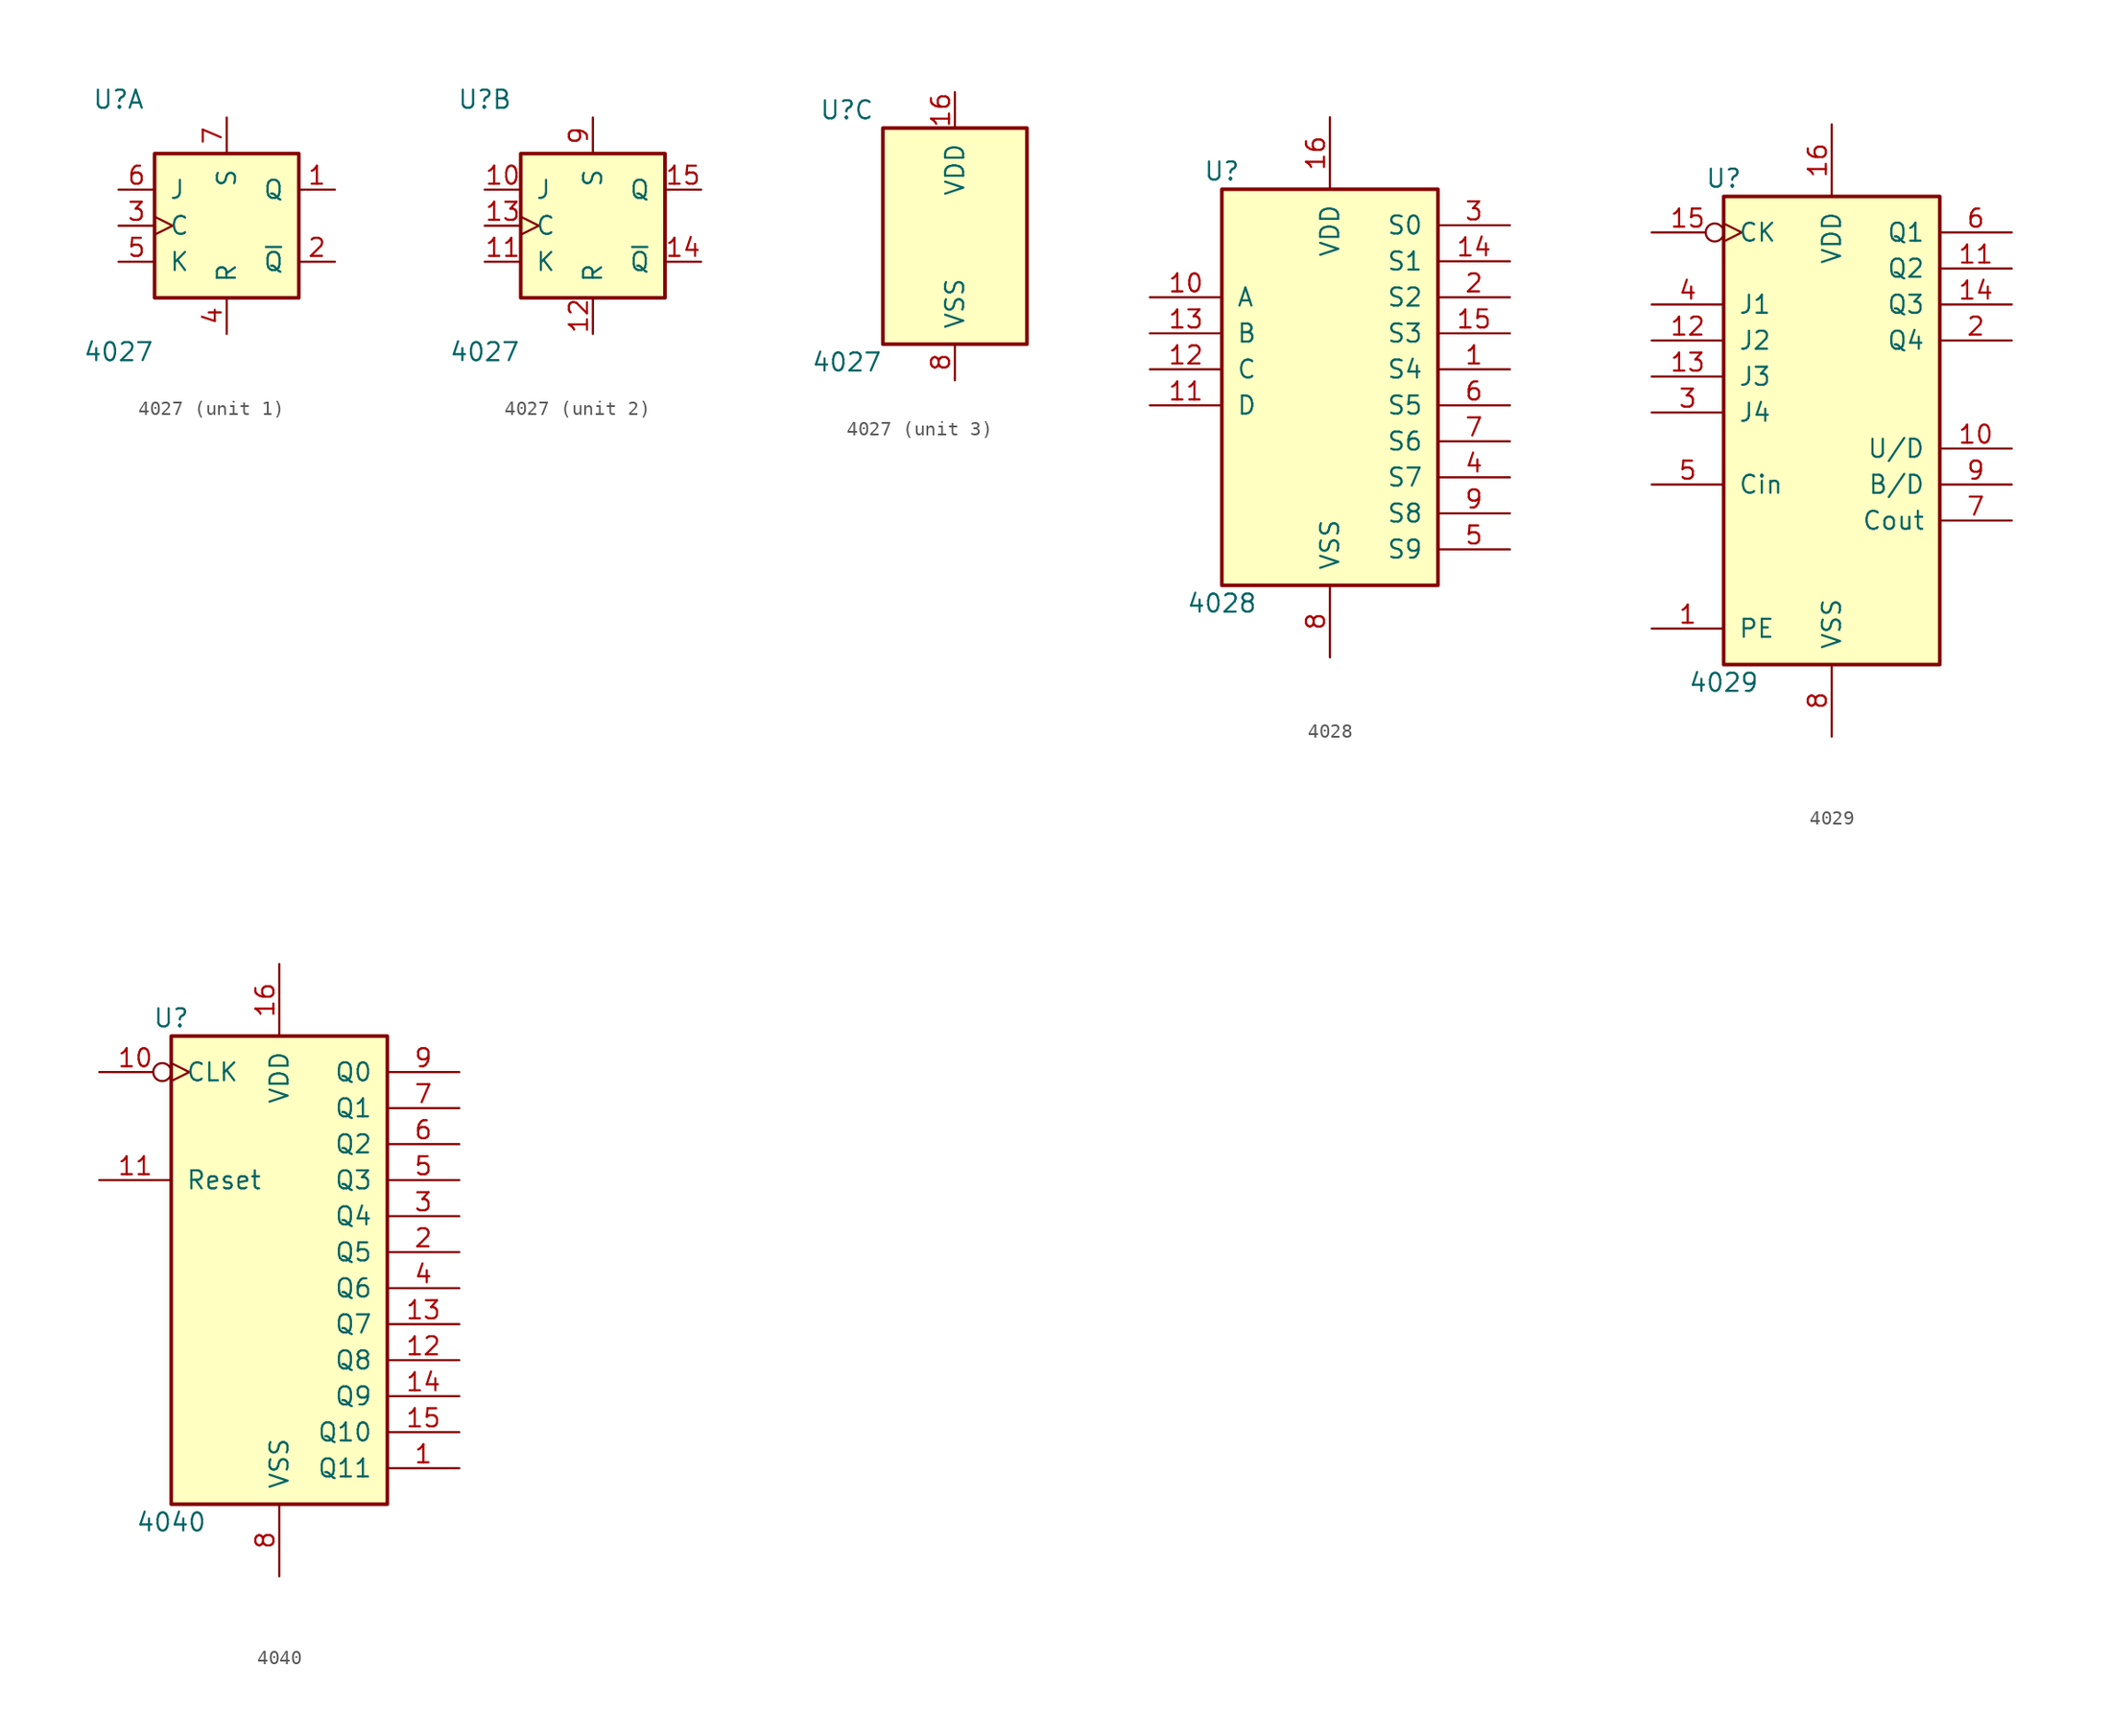
<source format=kicad_sym>
(kicad_symbol_lib
  (version 20200908)
  (generator kicad_symbol_editor)
  (symbol "4xxx:4027"
    (pin_names
      (offset 1.016))
    (property "Reference" "U"
      (at -7.62 8.89 0)
      (effects (font (size 1.27 1.27))))
    (property "Value" "4027"
      (at -7.62 -8.89 0)
      (effects (font (size 1.27 1.27))))
    (property "ki_locked" ""
      (at 0 0 0)
      (effects (font (size 1.27 1.27))))
    (symbol "4027_1_1"
      (rectangle (start -5.08 5.08) (end 5.08 -5.08) (stroke (width 0.254)) (fill (type background)))
      (pin output line (at 7.62 2.54 180) (length 2.54) (name "Q" (effects (font (size 1.27 1.27)))) (number "1" (effects (font (size 1.27 1.27)))))
      (pin output line (at 7.62 -2.54 180) (length 2.54) (name "~Q" (effects (font (size 1.27 1.27)))) (number "2" (effects (font (size 1.27 1.27)))))
      (pin input clock (at -7.62 0 0) (length 2.54) (name "C" (effects (font (size 1.27 1.27)))) (number "3" (effects (font (size 1.27 1.27)))))
      (pin input line (at 0 -7.62 90) (length 2.54) (name "R" (effects (font (size 1.27 1.27)))) (number "4" (effects (font (size 1.27 1.27)))))
      (pin input line (at -7.62 -2.54 0) (length 2.54) (name "K" (effects (font (size 1.27 1.27)))) (number "5" (effects (font (size 1.27 1.27)))))
      (pin input line (at -7.62 2.54 0) (length 2.54) (name "J" (effects (font (size 1.27 1.27)))) (number "6" (effects (font (size 1.27 1.27)))))
      (pin input line (at 0 7.62 270) (length 2.54) (name "S" (effects (font (size 1.27 1.27)))) (number "7" (effects (font (size 1.27 1.27))))))
    (symbol "4027_2_1"
      (rectangle (start -5.08 5.08) (end 5.08 -5.08) (stroke (width 0.254)) (fill (type background)))
      (pin input line (at -7.62 2.54 0) (length 2.54) (name "J" (effects (font (size 1.27 1.27)))) (number "10" (effects (font (size 1.27 1.27)))))
      (pin input line (at -7.62 -2.54 0) (length 2.54) (name "K" (effects (font (size 1.27 1.27)))) (number "11" (effects (font (size 1.27 1.27)))))
      (pin input line (at 0 -7.62 90) (length 2.54) (name "R" (effects (font (size 1.27 1.27)))) (number "12" (effects (font (size 1.27 1.27)))))
      (pin input clock (at -7.62 0 0) (length 2.54) (name "C" (effects (font (size 1.27 1.27)))) (number "13" (effects (font (size 1.27 1.27)))))
      (pin output line (at 7.62 -2.54 180) (length 2.54) (name "~Q" (effects (font (size 1.27 1.27)))) (number "14" (effects (font (size 1.27 1.27)))))
      (pin output line (at 7.62 2.54 180) (length 2.54) (name "Q" (effects (font (size 1.27 1.27)))) (number "15" (effects (font (size 1.27 1.27)))))
      (pin input line (at 0 7.62 270) (length 2.54) (name "S" (effects (font (size 1.27 1.27)))) (number "9" (effects (font (size 1.27 1.27))))))
    (symbol "4027_3_1"
      (rectangle (start -5.08 7.62) (end 5.08 -7.62) (stroke (width 0.254)) (fill (type background))))
    (symbol "4027_3_0"
      (pin power_in line (at 0 10.16 270) (length 2.54) (name "VDD" (effects (font (size 1.27 1.27)))) (number "16" (effects (font (size 1.27 1.27)))))
      (pin power_in line (at 0 -10.16 90) (length 2.54) (name "VSS" (effects (font (size 1.27 1.27)))) (number "8" (effects (font (size 1.27 1.27)))))))
  (symbol "4xxx:4028"
    (pin_names
      (offset 1.016))
    (property "Reference" "U"
      (at -7.62 13.97 0)
      (effects (font (size 1.27 1.27))))
    (property "Value" "4028"
      (at -7.62 -16.51 0)
      (effects (font (size 1.27 1.27))))
    (property "ki_locked" ""
      (at 0 0 0)
      (effects (font (size 1.27 1.27))))
    (symbol "4028_1_1"
      (rectangle (start -7.62 12.7) (end 7.62 -15.24) (stroke (width 0.254)) (fill (type background))))
    (symbol "4028_1_0"
      (pin output line (at 12.7 0 180) (length 5.08) (name "S4" (effects (font (size 1.27 1.27)))) (number "1" (effects (font (size 1.27 1.27)))))
      (pin input line (at -12.7 5.08 0) (length 5.08) (name "A" (effects (font (size 1.27 1.27)))) (number "10" (effects (font (size 1.27 1.27)))))
      (pin input line (at -12.7 -2.54 0) (length 5.08) (name "D" (effects (font (size 1.27 1.27)))) (number "11" (effects (font (size 1.27 1.27)))))
      (pin input line (at -12.7 0 0) (length 5.08) (name "C" (effects (font (size 1.27 1.27)))) (number "12" (effects (font (size 1.27 1.27)))))
      (pin input line (at -12.7 2.54 0) (length 5.08) (name "B" (effects (font (size 1.27 1.27)))) (number "13" (effects (font (size 1.27 1.27)))))
      (pin output line (at 12.7 7.62 180) (length 5.08) (name "S1" (effects (font (size 1.27 1.27)))) (number "14" (effects (font (size 1.27 1.27)))))
      (pin output line (at 12.7 2.54 180) (length 5.08) (name "S3" (effects (font (size 1.27 1.27)))) (number "15" (effects (font (size 1.27 1.27)))))
      (pin power_in line (at 0 17.78 270) (length 5.08) (name "VDD" (effects (font (size 1.27 1.27)))) (number "16" (effects (font (size 1.27 1.27)))))
      (pin output line (at 12.7 5.08 180) (length 5.08) (name "S2" (effects (font (size 1.27 1.27)))) (number "2" (effects (font (size 1.27 1.27)))))
      (pin output line (at 12.7 10.16 180) (length 5.08) (name "S0" (effects (font (size 1.27 1.27)))) (number "3" (effects (font (size 1.27 1.27)))))
      (pin output line (at 12.7 -7.62 180) (length 5.08) (name "S7" (effects (font (size 1.27 1.27)))) (number "4" (effects (font (size 1.27 1.27)))))
      (pin output line (at 12.7 -12.7 180) (length 5.08) (name "S9" (effects (font (size 1.27 1.27)))) (number "5" (effects (font (size 1.27 1.27)))))
      (pin output line (at 12.7 -2.54 180) (length 5.08) (name "S5" (effects (font (size 1.27 1.27)))) (number "6" (effects (font (size 1.27 1.27)))))
      (pin output line (at 12.7 -5.08 180) (length 5.08) (name "S6" (effects (font (size 1.27 1.27)))) (number "7" (effects (font (size 1.27 1.27)))))
      (pin power_in line (at 0 -20.32 90) (length 5.08) (name "VSS" (effects (font (size 1.27 1.27)))) (number "8" (effects (font (size 1.27 1.27)))))
      (pin output line (at 12.7 -10.16 180) (length 5.08) (name "S8" (effects (font (size 1.27 1.27)))) (number "9" (effects (font (size 1.27 1.27)))))))
  (symbol "4xxx:4029"
    (pin_names
      (offset 1.016))
    (property "Reference" "U"
      (at -7.62 16.51 0)
      (effects (font (size 1.27 1.27))))
    (property "Value" "4029"
      (at -7.62 -19.05 0)
      (effects (font (size 1.27 1.27))))
    (property "ki_locked" ""
      (at 0 0 0)
      (effects (font (size 1.27 1.27))))
    (symbol "4029_1_1"
      (rectangle (start -7.62 15.24) (end 7.62 -17.78) (stroke (width 0.254)) (fill (type background))))
    (symbol "4029_1_0"
      (pin input line (at -12.7 -15.24 0) (length 5.08) (name "PE" (effects (font (size 1.27 1.27)))) (number "1" (effects (font (size 1.27 1.27)))))
      (pin input line (at 12.7 -2.54 180) (length 5.08) (name "U/D" (effects (font (size 1.27 1.27)))) (number "10" (effects (font (size 1.27 1.27)))))
      (pin output line (at 12.7 10.16 180) (length 5.08) (name "Q2" (effects (font (size 1.27 1.27)))) (number "11" (effects (font (size 1.27 1.27)))))
      (pin input line (at -12.7 5.08 0) (length 5.08) (name "J2" (effects (font (size 1.27 1.27)))) (number "12" (effects (font (size 1.27 1.27)))))
      (pin input line (at -12.7 2.54 0) (length 5.08) (name "J3" (effects (font (size 1.27 1.27)))) (number "13" (effects (font (size 1.27 1.27)))))
      (pin output line (at 12.7 7.62 180) (length 5.08) (name "Q3" (effects (font (size 1.27 1.27)))) (number "14" (effects (font (size 1.27 1.27)))))
      (pin input inverted_clock (at -12.7 12.7 0) (length 5.08) (name "CK" (effects (font (size 1.27 1.27)))) (number "15" (effects (font (size 1.27 1.27)))))
      (pin power_in line (at 0 20.32 270) (length 5.08) (name "VDD" (effects (font (size 1.27 1.27)))) (number "16" (effects (font (size 1.27 1.27)))))
      (pin output line (at 12.7 5.08 180) (length 5.08) (name "Q4" (effects (font (size 1.27 1.27)))) (number "2" (effects (font (size 1.27 1.27)))))
      (pin input line (at -12.7 0 0) (length 5.08) (name "J4" (effects (font (size 1.27 1.27)))) (number "3" (effects (font (size 1.27 1.27)))))
      (pin input line (at -12.7 7.62 0) (length 5.08) (name "J1" (effects (font (size 1.27 1.27)))) (number "4" (effects (font (size 1.27 1.27)))))
      (pin input line (at -12.7 -5.08 0) (length 5.08) (name "Cin" (effects (font (size 1.27 1.27)))) (number "5" (effects (font (size 1.27 1.27)))))
      (pin output line (at 12.7 12.7 180) (length 5.08) (name "Q1" (effects (font (size 1.27 1.27)))) (number "6" (effects (font (size 1.27 1.27)))))
      (pin output line (at 12.7 -7.62 180) (length 5.08) (name "Cout" (effects (font (size 1.27 1.27)))) (number "7" (effects (font (size 1.27 1.27)))))
      (pin power_in line (at 0 -22.86 90) (length 5.08) (name "VSS" (effects (font (size 1.27 1.27)))) (number "8" (effects (font (size 1.27 1.27)))))
      (pin input line (at 12.7 -5.08 180) (length 5.08) (name "B/D" (effects (font (size 1.27 1.27)))) (number "9" (effects (font (size 1.27 1.27)))))))
  (symbol "4xxx:4040"
    (pin_names
      (offset 1.016))
    (property "Reference" "U"
      (at -7.62 16.51 0)
      (effects (font (size 1.27 1.27))))
    (property "Value" "4040"
      (at -7.62 -19.05 0)
      (effects (font (size 1.27 1.27))))
    (property "ki_locked" ""
      (at 0 0 0)
      (effects (font (size 1.27 1.27))))
    (symbol "4040_1_1"
      (rectangle (start -7.62 15.24) (end 7.62 -17.78) (stroke (width 0.254)) (fill (type background))))
    (symbol "4040_1_0"
      (pin output line (at 12.7 -15.24 180) (length 5.08) (name "Q11" (effects (font (size 1.27 1.27)))) (number "1" (effects (font (size 1.27 1.27)))))
      (pin input inverted_clock (at -12.7 12.7 0) (length 5.08) (name "CLK" (effects (font (size 1.27 1.27)))) (number "10" (effects (font (size 1.27 1.27)))))
      (pin input line (at -12.7 5.08 0) (length 5.08) (name "Reset" (effects (font (size 1.27 1.27)))) (number "11" (effects (font (size 1.27 1.27)))))
      (pin output line (at 12.7 -7.62 180) (length 5.08) (name "Q8" (effects (font (size 1.27 1.27)))) (number "12" (effects (font (size 1.27 1.27)))))
      (pin output line (at 12.7 -5.08 180) (length 5.08) (name "Q7" (effects (font (size 1.27 1.27)))) (number "13" (effects (font (size 1.27 1.27)))))
      (pin output line (at 12.7 -10.16 180) (length 5.08) (name "Q9" (effects (font (size 1.27 1.27)))) (number "14" (effects (font (size 1.27 1.27)))))
      (pin output line (at 12.7 -12.7 180) (length 5.08) (name "Q10" (effects (font (size 1.27 1.27)))) (number "15" (effects (font (size 1.27 1.27)))))
      (pin power_in line (at 0 20.32 270) (length 5.08) (name "VDD" (effects (font (size 1.27 1.27)))) (number "16" (effects (font (size 1.27 1.27)))))
      (pin output line (at 12.7 0 180) (length 5.08) (name "Q5" (effects (font (size 1.27 1.27)))) (number "2" (effects (font (size 1.27 1.27)))))
      (pin output line (at 12.7 2.54 180) (length 5.08) (name "Q4" (effects (font (size 1.27 1.27)))) (number "3" (effects (font (size 1.27 1.27)))))
      (pin output line (at 12.7 -2.54 180) (length 5.08) (name "Q6" (effects (font (size 1.27 1.27)))) (number "4" (effects (font (size 1.27 1.27)))))
      (pin output line (at 12.7 5.08 180) (length 5.08) (name "Q3" (effects (font (size 1.27 1.27)))) (number "5" (effects (font (size 1.27 1.27)))))
      (pin output line (at 12.7 7.62 180) (length 5.08) (name "Q2" (effects (font (size 1.27 1.27)))) (number "6" (effects (font (size 1.27 1.27)))))
      (pin output line (at 12.7 10.16 180) (length 5.08) (name "Q1" (effects (font (size 1.27 1.27)))) (number "7" (effects (font (size 1.27 1.27)))))
      (pin power_in line (at 0 -22.86 90) (length 5.08) (name "VSS" (effects (font (size 1.27 1.27)))) (number "8" (effects (font (size 1.27 1.27)))))
      (pin output line (at 12.7 12.7 180) (length 5.08) (name "Q0" (effects (font (size 1.27 1.27)))) (number "9" (effects (font (size 1.27 1.27))))))))
</source>
